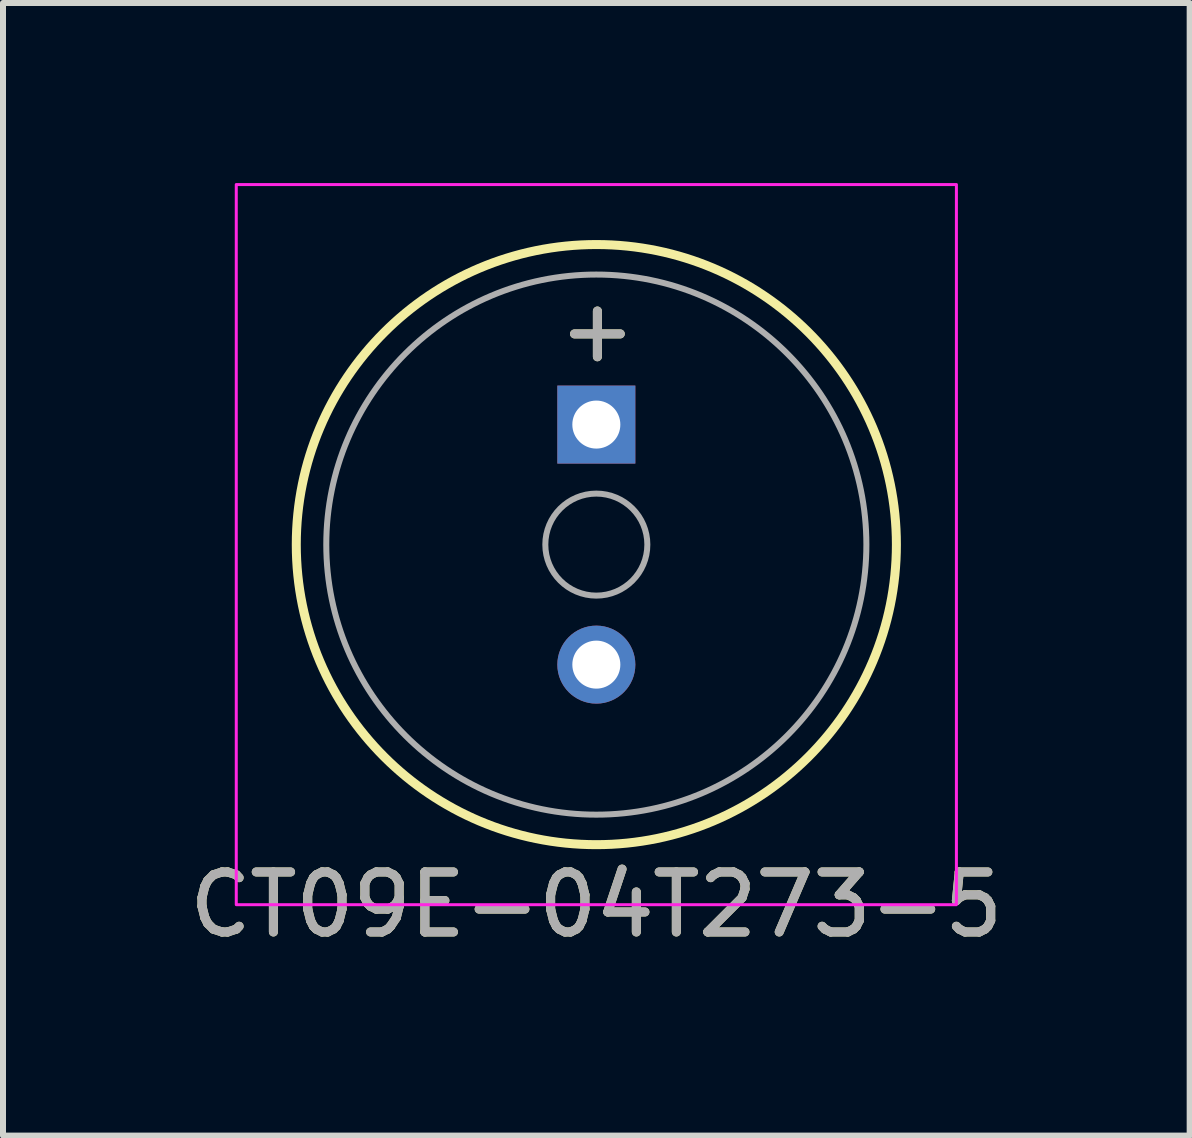
<source format=kicad_pcb>
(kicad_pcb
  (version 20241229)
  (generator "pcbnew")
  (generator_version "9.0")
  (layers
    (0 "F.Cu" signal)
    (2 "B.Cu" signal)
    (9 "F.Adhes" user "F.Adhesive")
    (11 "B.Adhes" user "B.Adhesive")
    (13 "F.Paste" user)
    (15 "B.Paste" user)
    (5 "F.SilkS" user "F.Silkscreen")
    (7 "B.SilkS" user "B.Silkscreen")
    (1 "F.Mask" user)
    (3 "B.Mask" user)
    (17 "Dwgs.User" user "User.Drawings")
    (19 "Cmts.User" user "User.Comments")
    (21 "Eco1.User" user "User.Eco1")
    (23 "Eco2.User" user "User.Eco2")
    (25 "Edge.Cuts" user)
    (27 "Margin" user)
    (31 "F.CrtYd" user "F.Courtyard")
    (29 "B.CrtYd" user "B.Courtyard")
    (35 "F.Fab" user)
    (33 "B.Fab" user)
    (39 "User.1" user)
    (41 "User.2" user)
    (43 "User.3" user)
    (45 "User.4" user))
  (footprint "CT09E-04T273-5"
    (layer "F.Cu")
    (at 6.887 6.025)
    (property "Reference" "CT09E-04T273-5" (at 0 6 0) (unlocked yes) (layer "F.SilkS") (effects (font (size 1 1) (thickness 0.15))))
    (attr through_hole)
    (fp_circle (center 0 0) (end 5 0) (stroke (width 0.15) (type solid)) (fill no) (layer "F.SilkS"))
    (fp_rect (start -6 -6) (end 6 6) (stroke (width 0.05) (type default)) (fill no) (layer "F.CrtYd"))
    (fp_circle (center 0 0) (end 0.85 0) (stroke (width 0.1) (type solid)) (fill no) (layer "F.Fab"))
    (fp_circle (center 0 0) (end 4.5 0) (stroke (width 0.1) (type default)) (fill no) (layer "F.Fab"))
    (fp_text user "+" (at -0.7 -3 0) (unlocked yes) (layer "F.SilkS") (effects (font (size 1 1) (thickness 0.15)) (justify left bottom)))
    (fp_text user "${REFERENCE}" (at 0 6 0) (unlocked yes) (layer "F.Fab") (effects (font (size 1 1) (thickness 0.15))))
    (fp_text user "+" (at -0.7 -3 0) (unlocked yes) (layer "F.Fab") (effects (font (size 1 1) (thickness 0.15)) (justify left bottom)))
    (pad "1" thru_hole rect (at 0 -2) (size 1.3 1.3) (drill 0.8) (layers "*.Cu" "*.Mask"))
    (pad "2" thru_hole circle (at 0 2) (size 1.3 1.3) (drill 0.8) (layers "*.Cu" "*.Mask")))
  (gr_rect
    (start -3 -3)
    (end 16.774 15.873)
    (stroke (width 0.1) (type default))
    (fill no)
    (layer "Edge.Cuts")))
</source>
